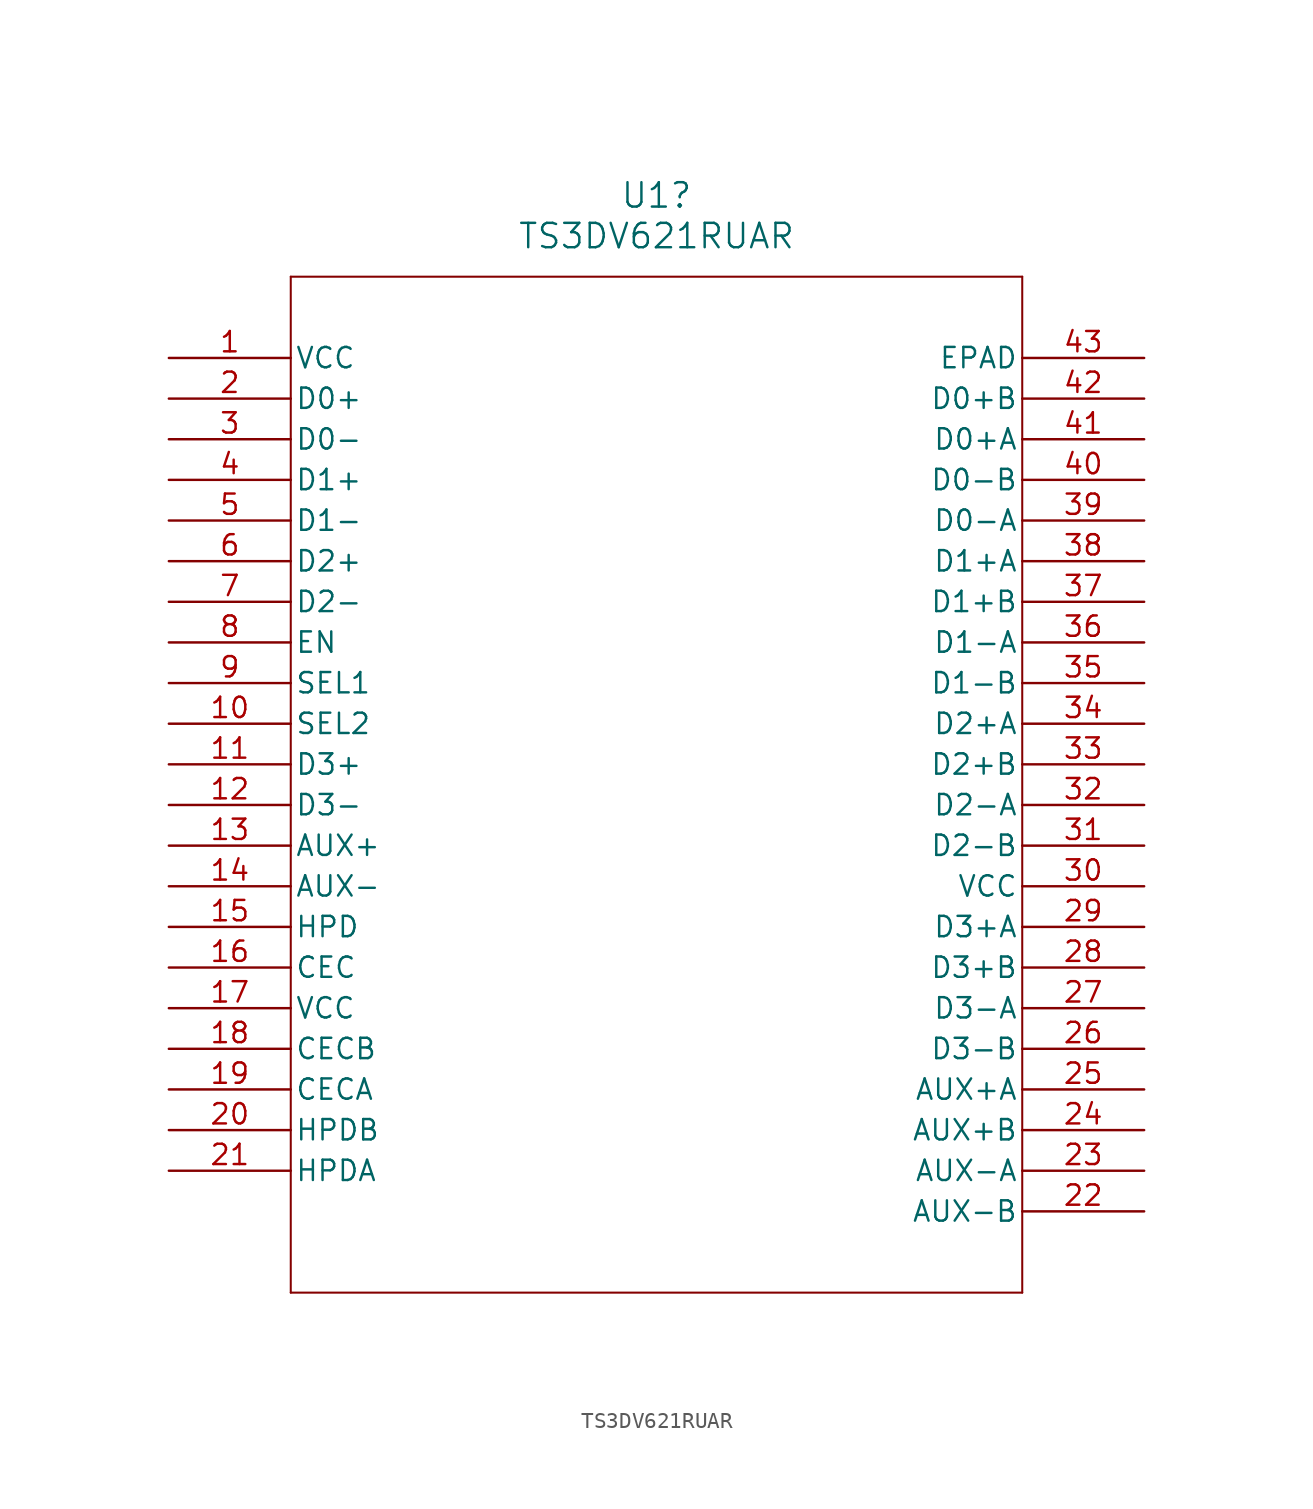
<source format=kicad_sym>
(kicad_symbol_lib
  (version 20220914)
  (generator kicad_symbol_editor)
  (symbol "TS3DV621RUAR"
    (pin_names
      (offset 0.254))
    (property "Reference" "U1"
      (at 30.48 10.16 0)
      (effects (font (size 1.524 1.524))))
    (property "Value" "TS3DV621RUAR"
      (at 30.48 7.62 0)
      (effects (font (size 1.524 1.524))))
    (property "ki_locked" ""
      (at 0 0 0)
      (effects (font (size 1.27 1.27))))
    (symbol "TS3DV621RUAR_1_1"
      (polyline (pts (xy 7.62 -58.42) (xy 53.34 -58.42)) (stroke (width 0.127) (type default)) (fill (type none)))
      (polyline (pts (xy 7.62 5.08) (xy 7.62 -58.42)) (stroke (width 0.127) (type default)) (fill (type none)))
      (polyline (pts (xy 53.34 -58.42) (xy 53.34 5.08)) (stroke (width 0.127) (type default)) (fill (type none)))
      (polyline (pts (xy 53.34 5.08) (xy 7.62 5.08)) (stroke (width 0.127) (type default)) (fill (type none)))
      (pin power_in line (at 0 0 0) (length 7.62) (name "VCC" (effects (font (size 1.27 1.27)))) (number "1" (effects (font (size 1.27 1.27)))))
      (pin input line (at 0 -22.86 0) (length 7.62) (name "SEL2" (effects (font (size 1.27 1.27)))) (number "10" (effects (font (size 1.27 1.27)))))
      (pin bidirectional line (at 0 -25.4 0) (length 7.62) (name "D3+" (effects (font (size 1.27 1.27)))) (number "11" (effects (font (size 1.27 1.27)))))
      (pin bidirectional line (at 0 -27.94 0) (length 7.62) (name "D3-" (effects (font (size 1.27 1.27)))) (number "12" (effects (font (size 1.27 1.27)))))
      (pin bidirectional line (at 0 -30.48 0) (length 7.62) (name "AUX+" (effects (font (size 1.27 1.27)))) (number "13" (effects (font (size 1.27 1.27)))))
      (pin bidirectional line (at 0 -33.02 0) (length 7.62) (name "AUX-" (effects (font (size 1.27 1.27)))) (number "14" (effects (font (size 1.27 1.27)))))
      (pin bidirectional line (at 0 -35.56 0) (length 7.62) (name "HPD" (effects (font (size 1.27 1.27)))) (number "15" (effects (font (size 1.27 1.27)))))
      (pin bidirectional line (at 0 -38.1 0) (length 7.62) (name "CEC" (effects (font (size 1.27 1.27)))) (number "16" (effects (font (size 1.27 1.27)))))
      (pin power_in line (at 0 -40.64 0) (length 7.62) (name "VCC" (effects (font (size 1.27 1.27)))) (number "17" (effects (font (size 1.27 1.27)))))
      (pin bidirectional line (at 0 -43.18 0) (length 7.62) (name "CECB" (effects (font (size 1.27 1.27)))) (number "18" (effects (font (size 1.27 1.27)))))
      (pin bidirectional line (at 0 -45.72 0) (length 7.62) (name "CECA" (effects (font (size 1.27 1.27)))) (number "19" (effects (font (size 1.27 1.27)))))
      (pin bidirectional line (at 0 -2.54 0) (length 7.62) (name "D0+" (effects (font (size 1.27 1.27)))) (number "2" (effects (font (size 1.27 1.27)))))
      (pin bidirectional line (at 0 -48.26 0) (length 7.62) (name "HPDB" (effects (font (size 1.27 1.27)))) (number "20" (effects (font (size 1.27 1.27)))))
      (pin bidirectional line (at 0 -50.8 0) (length 7.62) (name "HPDA" (effects (font (size 1.27 1.27)))) (number "21" (effects (font (size 1.27 1.27)))))
      (pin bidirectional line (at 60.96 -53.34 180) (length 7.62) (name "AUX-B" (effects (font (size 1.27 1.27)))) (number "22" (effects (font (size 1.27 1.27)))))
      (pin bidirectional line (at 60.96 -50.8 180) (length 7.62) (name "AUX-A" (effects (font (size 1.27 1.27)))) (number "23" (effects (font (size 1.27 1.27)))))
      (pin bidirectional line (at 60.96 -48.26 180) (length 7.62) (name "AUX+B" (effects (font (size 1.27 1.27)))) (number "24" (effects (font (size 1.27 1.27)))))
      (pin bidirectional line (at 60.96 -45.72 180) (length 7.62) (name "AUX+A" (effects (font (size 1.27 1.27)))) (number "25" (effects (font (size 1.27 1.27)))))
      (pin bidirectional line (at 60.96 -43.18 180) (length 7.62) (name "D3-B" (effects (font (size 1.27 1.27)))) (number "26" (effects (font (size 1.27 1.27)))))
      (pin bidirectional line (at 60.96 -40.64 180) (length 7.62) (name "D3-A" (effects (font (size 1.27 1.27)))) (number "27" (effects (font (size 1.27 1.27)))))
      (pin bidirectional line (at 60.96 -38.1 180) (length 7.62) (name "D3+B" (effects (font (size 1.27 1.27)))) (number "28" (effects (font (size 1.27 1.27)))))
      (pin bidirectional line (at 60.96 -35.56 180) (length 7.62) (name "D3+A" (effects (font (size 1.27 1.27)))) (number "29" (effects (font (size 1.27 1.27)))))
      (pin bidirectional line (at 0 -5.08 0) (length 7.62) (name "D0-" (effects (font (size 1.27 1.27)))) (number "3" (effects (font (size 1.27 1.27)))))
      (pin power_in line (at 60.96 -33.02 180) (length 7.62) (name "VCC" (effects (font (size 1.27 1.27)))) (number "30" (effects (font (size 1.27 1.27)))))
      (pin bidirectional line (at 60.96 -30.48 180) (length 7.62) (name "D2-B" (effects (font (size 1.27 1.27)))) (number "31" (effects (font (size 1.27 1.27)))))
      (pin bidirectional line (at 60.96 -27.94 180) (length 7.62) (name "D2-A" (effects (font (size 1.27 1.27)))) (number "32" (effects (font (size 1.27 1.27)))))
      (pin bidirectional line (at 60.96 -25.4 180) (length 7.62) (name "D2+B" (effects (font (size 1.27 1.27)))) (number "33" (effects (font (size 1.27 1.27)))))
      (pin bidirectional line (at 60.96 -22.86 180) (length 7.62) (name "D2+A" (effects (font (size 1.27 1.27)))) (number "34" (effects (font (size 1.27 1.27)))))
      (pin bidirectional line (at 60.96 -20.32 180) (length 7.62) (name "D1-B" (effects (font (size 1.27 1.27)))) (number "35" (effects (font (size 1.27 1.27)))))
      (pin bidirectional line (at 60.96 -17.78 180) (length 7.62) (name "D1-A" (effects (font (size 1.27 1.27)))) (number "36" (effects (font (size 1.27 1.27)))))
      (pin bidirectional line (at 60.96 -15.24 180) (length 7.62) (name "D1+B" (effects (font (size 1.27 1.27)))) (number "37" (effects (font (size 1.27 1.27)))))
      (pin bidirectional line (at 60.96 -12.7 180) (length 7.62) (name "D1+A" (effects (font (size 1.27 1.27)))) (number "38" (effects (font (size 1.27 1.27)))))
      (pin bidirectional line (at 60.96 -10.16 180) (length 7.62) (name "D0-A" (effects (font (size 1.27 1.27)))) (number "39" (effects (font (size 1.27 1.27)))))
      (pin bidirectional line (at 0 -7.62 0) (length 7.62) (name "D1+" (effects (font (size 1.27 1.27)))) (number "4" (effects (font (size 1.27 1.27)))))
      (pin bidirectional line (at 60.96 -7.62 180) (length 7.62) (name "D0-B" (effects (font (size 1.27 1.27)))) (number "40" (effects (font (size 1.27 1.27)))))
      (pin bidirectional line (at 60.96 -5.08 180) (length 7.62) (name "D0+A" (effects (font (size 1.27 1.27)))) (number "41" (effects (font (size 1.27 1.27)))))
      (pin bidirectional line (at 60.96 -2.54 180) (length 7.62) (name "D0+B" (effects (font (size 1.27 1.27)))) (number "42" (effects (font (size 1.27 1.27)))))
      (pin power_in line (at 60.96 0 180) (length 7.62) (name "EPAD" (effects (font (size 1.27 1.27)))) (number "43" (effects (font (size 1.27 1.27)))))
      (pin bidirectional line (at 0 -10.16 0) (length 7.62) (name "D1-" (effects (font (size 1.27 1.27)))) (number "5" (effects (font (size 1.27 1.27)))))
      (pin bidirectional line (at 0 -12.7 0) (length 7.62) (name "D2+" (effects (font (size 1.27 1.27)))) (number "6" (effects (font (size 1.27 1.27)))))
      (pin bidirectional line (at 0 -15.24 0) (length 7.62) (name "D2-" (effects (font (size 1.27 1.27)))) (number "7" (effects (font (size 1.27 1.27)))))
      (pin input line (at 0 -17.78 0) (length 7.62) (name "EN" (effects (font (size 1.27 1.27)))) (number "8" (effects (font (size 1.27 1.27)))))
      (pin input line (at 0 -20.32 0) (length 7.62) (name "SEL1" (effects (font (size 1.27 1.27)))) (number "9" (effects (font (size 1.27 1.27))))))))
</source>
